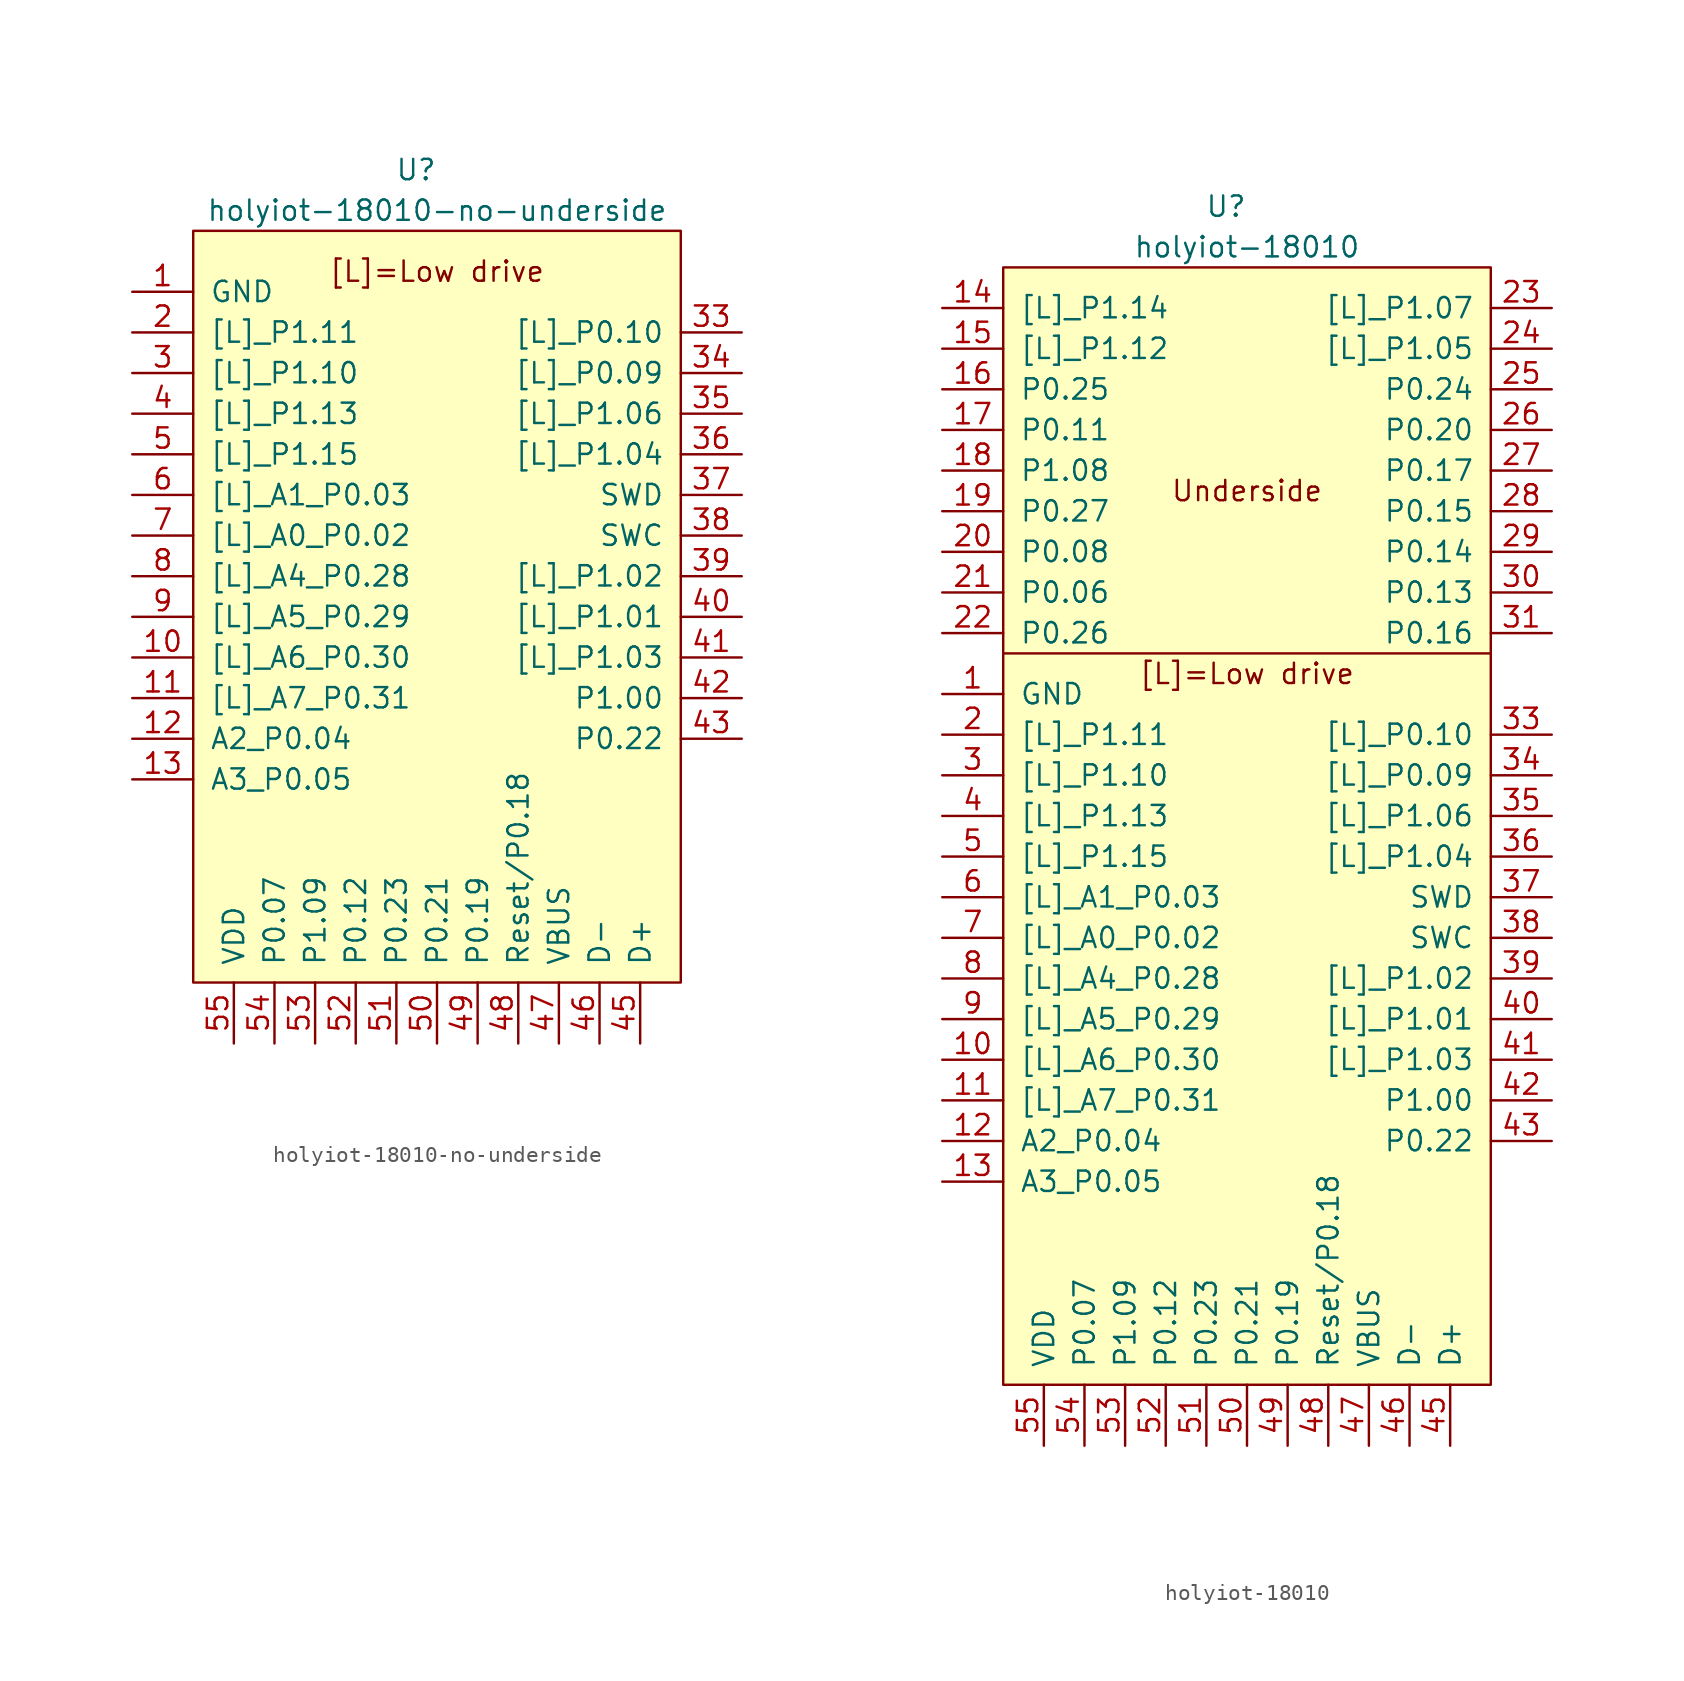
<source format=kicad_sym>
(kicad_symbol_lib
  (version 20211014)
  (generator kicad_symbol_editor)
  (symbol "holyiot-18010-no-underside"
    (pin_names
      (offset 1.016))
    (property "Reference" "U"
      (at 0 20.32 0)
      (effects (font (size 1.27 1.27)) (justify right)))
    (property "Value" "holyiot-18010-no-underside"
      (at 0 17.78 0)
      (effects (font (size 1.27 1.27))))
    (symbol "holyiot-18010-no-underside_0_0"
      (text "[L]=Low drive" (at 0 13.97 0) (effects (font (size 1.27 1.27)))))
    (symbol "holyiot-18010-no-underside_0_1"
      (rectangle (start -15.24 -30.48) (end 15.24 16.51) (stroke (width 0) (type default) (color 0 0 0 0)) (fill (type background))))
    (symbol "holyiot-18010-no-underside_1_1"
      (pin power_in line (at -19.05 12.7 0) (length 3.81) (name "GND" (effects (font (size 1.27 1.27)))) (number "1" (effects (font (size 1.27 1.27)))))
      (pin bidirectional line (at -19.05 -10.16 0) (length 3.81) (name "[L]_A6_P0.30" (effects (font (size 1.27 1.27)))) (number "10" (effects (font (size 1.27 1.27)))))
      (pin bidirectional line (at -19.05 -12.7 0) (length 3.81) (name "[L]_A7_P0.31" (effects (font (size 1.27 1.27)))) (number "11" (effects (font (size 1.27 1.27)))))
      (pin bidirectional line (at -19.05 -15.24 0) (length 3.81) (name "A2_P0.04" (effects (font (size 1.27 1.27)))) (number "12" (effects (font (size 1.27 1.27)))))
      (pin bidirectional line (at -19.05 -17.78 0) (length 3.81) (name "A3_P0.05" (effects (font (size 1.27 1.27)))) (number "13" (effects (font (size 1.27 1.27)))))
      (pin bidirectional line (at -19.05 10.16 0) (length 3.81) (name "[L]_P1.11" (effects (font (size 1.27 1.27)))) (number "2" (effects (font (size 1.27 1.27)))))
      (pin bidirectional line (at -19.05 7.62 0) (length 3.81) (name "[L]_P1.10" (effects (font (size 1.27 1.27)))) (number "3" (effects (font (size 1.27 1.27)))))
      (pin passive line (at -19.05 12.7 0) (length 3.81) hide (name "GND" (effects (font (size 1.27 1.27)))) (number "32" (effects (font (size 1.27 1.27)))))
      (pin bidirectional line (at 19.05 10.16 180) (length 3.81) (name "[L]_P0.10" (effects (font (size 1.27 1.27)))) (number "33" (effects (font (size 1.27 1.27)))))
      (pin bidirectional line (at 19.05 7.62 180) (length 3.81) (name "[L]_P0.09" (effects (font (size 1.27 1.27)))) (number "34" (effects (font (size 1.27 1.27)))))
      (pin bidirectional line (at 19.05 5.08 180) (length 3.81) (name "[L]_P1.06" (effects (font (size 1.27 1.27)))) (number "35" (effects (font (size 1.27 1.27)))))
      (pin bidirectional line (at 19.05 2.54 180) (length 3.81) (name "[L]_P1.04" (effects (font (size 1.27 1.27)))) (number "36" (effects (font (size 1.27 1.27)))))
      (pin input line (at 19.05 0 180) (length 3.81) (name "SWD" (effects (font (size 1.27 1.27)))) (number "37" (effects (font (size 1.27 1.27)))))
      (pin bidirectional line (at 19.05 -2.54 180) (length 3.81) (name "SWC" (effects (font (size 1.27 1.27)))) (number "38" (effects (font (size 1.27 1.27)))))
      (pin bidirectional line (at 19.05 -5.08 180) (length 3.81) (name "[L]_P1.02" (effects (font (size 1.27 1.27)))) (number "39" (effects (font (size 1.27 1.27)))))
      (pin bidirectional line (at -19.05 5.08 0) (length 3.81) (name "[L]_P1.13" (effects (font (size 1.27 1.27)))) (number "4" (effects (font (size 1.27 1.27)))))
      (pin bidirectional line (at 19.05 -7.62 180) (length 3.81) (name "[L]_P1.01" (effects (font (size 1.27 1.27)))) (number "40" (effects (font (size 1.27 1.27)))))
      (pin bidirectional line (at 19.05 -10.16 180) (length 3.81) (name "[L]_P1.03" (effects (font (size 1.27 1.27)))) (number "41" (effects (font (size 1.27 1.27)))))
      (pin bidirectional line (at 19.05 -12.7 180) (length 3.81) (name "P1.00" (effects (font (size 1.27 1.27)))) (number "42" (effects (font (size 1.27 1.27)))))
      (pin bidirectional line (at 19.05 -15.24 180) (length 3.81) (name "P0.22" (effects (font (size 1.27 1.27)))) (number "43" (effects (font (size 1.27 1.27)))))
      (pin passive line (at -19.05 12.7 0) (length 3.81) hide (name "GND" (effects (font (size 1.27 1.27)))) (number "44" (effects (font (size 1.27 1.27)))))
      (pin bidirectional line (at 12.7 -34.29 90) (length 3.81) (name "D+" (effects (font (size 1.27 1.27)))) (number "45" (effects (font (size 1.27 1.27)))))
      (pin bidirectional line (at 10.16 -34.29 90) (length 3.81) (name "D-" (effects (font (size 1.27 1.27)))) (number "46" (effects (font (size 1.27 1.27)))))
      (pin power_in line (at 7.62 -34.29 90) (length 3.81) (name "VBUS" (effects (font (size 1.27 1.27)))) (number "47" (effects (font (size 1.27 1.27)))))
      (pin bidirectional line (at 5.08 -34.29 90) (length 3.81) (name "Reset/P0.18" (effects (font (size 1.27 1.27)))) (number "48" (effects (font (size 1.27 1.27)))))
      (pin bidirectional line (at 2.54 -34.29 90) (length 3.81) (name "P0.19" (effects (font (size 1.27 1.27)))) (number "49" (effects (font (size 1.27 1.27)))))
      (pin bidirectional line (at -19.05 2.54 0) (length 3.81) (name "[L]_P1.15" (effects (font (size 1.27 1.27)))) (number "5" (effects (font (size 1.27 1.27)))))
      (pin bidirectional line (at 0 -34.29 90) (length 3.81) (name "P0.21" (effects (font (size 1.27 1.27)))) (number "50" (effects (font (size 1.27 1.27)))))
      (pin bidirectional line (at -2.54 -34.29 90) (length 3.81) (name "P0.23" (effects (font (size 1.27 1.27)))) (number "51" (effects (font (size 1.27 1.27)))))
      (pin bidirectional line (at -5.08 -34.29 90) (length 3.81) (name "P0.12" (effects (font (size 1.27 1.27)))) (number "52" (effects (font (size 1.27 1.27)))))
      (pin bidirectional line (at -7.62 -34.29 90) (length 3.81) (name "P1.09" (effects (font (size 1.27 1.27)))) (number "53" (effects (font (size 1.27 1.27)))))
      (pin bidirectional line (at -10.16 -34.29 90) (length 3.81) (name "P0.07" (effects (font (size 1.27 1.27)))) (number "54" (effects (font (size 1.27 1.27)))))
      (pin power_in line (at -12.7 -34.29 90) (length 3.81) (name "VDD" (effects (font (size 1.27 1.27)))) (number "55" (effects (font (size 1.27 1.27)))))
      (pin bidirectional line (at -19.05 0 0) (length 3.81) (name "[L]_A1_P0.03" (effects (font (size 1.27 1.27)))) (number "6" (effects (font (size 1.27 1.27)))))
      (pin bidirectional line (at -19.05 -2.54 0) (length 3.81) (name "[L]_A0_P0.02" (effects (font (size 1.27 1.27)))) (number "7" (effects (font (size 1.27 1.27)))))
      (pin bidirectional line (at -19.05 -5.08 0) (length 3.81) (name "[L]_A4_P0.28" (effects (font (size 1.27 1.27)))) (number "8" (effects (font (size 1.27 1.27)))))
      (pin bidirectional line (at -19.05 -7.62 0) (length 3.81) (name "[L]_A5_P0.29" (effects (font (size 1.27 1.27)))) (number "9" (effects (font (size 1.27 1.27)))))))
  (symbol "holyiot-18010"
    (pin_names
      (offset 1.016))
    (property "Reference" "U"
      (at 0 43.18 0)
      (effects (font (size 1.27 1.27)) (justify right)))
    (property "Value" "holyiot-18010"
      (at 0 40.64 0)
      (effects (font (size 1.27 1.27))))
    (symbol "holyiot-18010_0_0"
      (text "[L]=Low drive" (at 0 13.97 0) (effects (font (size 1.27 1.27))))
      (text "Underside" (at 0 25.4 0) (effects (font (size 1.27 1.27)))))
    (symbol "holyiot-18010_0_1"
      (polyline (pts (xy -15.24 15.24) (xy 15.24 15.24)) (stroke (width 0) (type default) (color 0 0 0 0)) (fill (type none)))
      (rectangle (start 15.24 -30.48) (end -15.24 39.37) (stroke (width 0) (type default) (color 0 0 0 0)) (fill (type background))))
    (symbol "holyiot-18010_1_1"
      (pin power_in line (at -19.05 12.7 0) (length 3.81) (name "GND" (effects (font (size 1.27 1.27)))) (number "1" (effects (font (size 1.27 1.27)))))
      (pin bidirectional line (at -19.05 -10.16 0) (length 3.81) (name "[L]_A6_P0.30" (effects (font (size 1.27 1.27)))) (number "10" (effects (font (size 1.27 1.27)))))
      (pin bidirectional line (at -19.05 -12.7 0) (length 3.81) (name "[L]_A7_P0.31" (effects (font (size 1.27 1.27)))) (number "11" (effects (font (size 1.27 1.27)))))
      (pin bidirectional line (at -19.05 -15.24 0) (length 3.81) (name "A2_P0.04" (effects (font (size 1.27 1.27)))) (number "12" (effects (font (size 1.27 1.27)))))
      (pin bidirectional line (at -19.05 -17.78 0) (length 3.81) (name "A3_P0.05" (effects (font (size 1.27 1.27)))) (number "13" (effects (font (size 1.27 1.27)))))
      (pin bidirectional line (at -19.05 36.83 0) (length 3.81) (name "[L]_P1.14" (effects (font (size 1.27 1.27)))) (number "14" (effects (font (size 1.27 1.27)))))
      (pin bidirectional line (at -19.05 34.29 0) (length 3.81) (name "[L]_P1.12" (effects (font (size 1.27 1.27)))) (number "15" (effects (font (size 1.27 1.27)))))
      (pin bidirectional line (at -19.05 31.75 0) (length 3.81) (name "P0.25" (effects (font (size 1.27 1.27)))) (number "16" (effects (font (size 1.27 1.27)))))
      (pin bidirectional line (at -19.05 29.21 0) (length 3.81) (name "P0.11" (effects (font (size 1.27 1.27)))) (number "17" (effects (font (size 1.27 1.27)))))
      (pin bidirectional line (at -19.05 26.67 0) (length 3.81) (name "P1.08" (effects (font (size 1.27 1.27)))) (number "18" (effects (font (size 1.27 1.27)))))
      (pin bidirectional line (at -19.05 24.13 0) (length 3.81) (name "P0.27" (effects (font (size 1.27 1.27)))) (number "19" (effects (font (size 1.27 1.27)))))
      (pin bidirectional line (at -19.05 10.16 0) (length 3.81) (name "[L]_P1.11" (effects (font (size 1.27 1.27)))) (number "2" (effects (font (size 1.27 1.27)))))
      (pin bidirectional line (at -19.05 21.59 0) (length 3.81) (name "P0.08" (effects (font (size 1.27 1.27)))) (number "20" (effects (font (size 1.27 1.27)))))
      (pin bidirectional line (at -19.05 19.05 0) (length 3.81) (name "P0.06" (effects (font (size 1.27 1.27)))) (number "21" (effects (font (size 1.27 1.27)))))
      (pin bidirectional line (at -19.05 16.51 0) (length 3.81) (name "P0.26" (effects (font (size 1.27 1.27)))) (number "22" (effects (font (size 1.27 1.27)))))
      (pin bidirectional line (at 19.05 36.83 180) (length 3.81) (name "[L]_P1.07" (effects (font (size 1.27 1.27)))) (number "23" (effects (font (size 1.27 1.27)))))
      (pin bidirectional line (at 19.05 34.29 180) (length 3.81) (name "[L]_P1.05" (effects (font (size 1.27 1.27)))) (number "24" (effects (font (size 1.27 1.27)))))
      (pin bidirectional line (at 19.05 31.75 180) (length 3.81) (name "P0.24" (effects (font (size 1.27 1.27)))) (number "25" (effects (font (size 1.27 1.27)))))
      (pin bidirectional line (at 19.05 29.21 180) (length 3.81) (name "P0.20" (effects (font (size 1.27 1.27)))) (number "26" (effects (font (size 1.27 1.27)))))
      (pin bidirectional line (at 19.05 26.67 180) (length 3.81) (name "P0.17" (effects (font (size 1.27 1.27)))) (number "27" (effects (font (size 1.27 1.27)))))
      (pin bidirectional line (at 19.05 24.13 180) (length 3.81) (name "P0.15" (effects (font (size 1.27 1.27)))) (number "28" (effects (font (size 1.27 1.27)))))
      (pin bidirectional line (at 19.05 21.59 180) (length 3.81) (name "P0.14" (effects (font (size 1.27 1.27)))) (number "29" (effects (font (size 1.27 1.27)))))
      (pin bidirectional line (at -19.05 7.62 0) (length 3.81) (name "[L]_P1.10" (effects (font (size 1.27 1.27)))) (number "3" (effects (font (size 1.27 1.27)))))
      (pin bidirectional line (at 19.05 19.05 180) (length 3.81) (name "P0.13" (effects (font (size 1.27 1.27)))) (number "30" (effects (font (size 1.27 1.27)))))
      (pin bidirectional line (at 19.05 16.51 180) (length 3.81) (name "P0.16" (effects (font (size 1.27 1.27)))) (number "31" (effects (font (size 1.27 1.27)))))
      (pin power_in line (at -19.05 12.7 0) (length 3.81) hide (name "GND" (effects (font (size 1.27 1.27)))) (number "32" (effects (font (size 1.27 1.27)))))
      (pin bidirectional line (at 19.05 10.16 180) (length 3.81) (name "[L]_P0.10" (effects (font (size 1.27 1.27)))) (number "33" (effects (font (size 1.27 1.27)))))
      (pin bidirectional line (at 19.05 7.62 180) (length 3.81) (name "[L]_P0.09" (effects (font (size 1.27 1.27)))) (number "34" (effects (font (size 1.27 1.27)))))
      (pin bidirectional line (at 19.05 5.08 180) (length 3.81) (name "[L]_P1.06" (effects (font (size 1.27 1.27)))) (number "35" (effects (font (size 1.27 1.27)))))
      (pin bidirectional line (at 19.05 2.54 180) (length 3.81) (name "[L]_P1.04" (effects (font (size 1.27 1.27)))) (number "36" (effects (font (size 1.27 1.27)))))
      (pin input line (at 19.05 0 180) (length 3.81) (name "SWD" (effects (font (size 1.27 1.27)))) (number "37" (effects (font (size 1.27 1.27)))))
      (pin bidirectional line (at 19.05 -2.54 180) (length 3.81) (name "SWC" (effects (font (size 1.27 1.27)))) (number "38" (effects (font (size 1.27 1.27)))))
      (pin bidirectional line (at 19.05 -5.08 180) (length 3.81) (name "[L]_P1.02" (effects (font (size 1.27 1.27)))) (number "39" (effects (font (size 1.27 1.27)))))
      (pin bidirectional line (at -19.05 5.08 0) (length 3.81) (name "[L]_P1.13" (effects (font (size 1.27 1.27)))) (number "4" (effects (font (size 1.27 1.27)))))
      (pin bidirectional line (at 19.05 -7.62 180) (length 3.81) (name "[L]_P1.01" (effects (font (size 1.27 1.27)))) (number "40" (effects (font (size 1.27 1.27)))))
      (pin bidirectional line (at 19.05 -10.16 180) (length 3.81) (name "[L]_P1.03" (effects (font (size 1.27 1.27)))) (number "41" (effects (font (size 1.27 1.27)))))
      (pin bidirectional line (at 19.05 -12.7 180) (length 3.81) (name "P1.00" (effects (font (size 1.27 1.27)))) (number "42" (effects (font (size 1.27 1.27)))))
      (pin bidirectional line (at 19.05 -15.24 180) (length 3.81) (name "P0.22" (effects (font (size 1.27 1.27)))) (number "43" (effects (font (size 1.27 1.27)))))
      (pin power_in line (at -19.05 12.7 0) (length 3.81) hide (name "GND" (effects (font (size 1.27 1.27)))) (number "44" (effects (font (size 1.27 1.27)))))
      (pin bidirectional line (at 12.7 -34.29 90) (length 3.81) (name "D+" (effects (font (size 1.27 1.27)))) (number "45" (effects (font (size 1.27 1.27)))))
      (pin bidirectional line (at 10.16 -34.29 90) (length 3.81) (name "D-" (effects (font (size 1.27 1.27)))) (number "46" (effects (font (size 1.27 1.27)))))
      (pin power_in line (at 7.62 -34.29 90) (length 3.81) (name "VBUS" (effects (font (size 1.27 1.27)))) (number "47" (effects (font (size 1.27 1.27)))))
      (pin bidirectional line (at 5.08 -34.29 90) (length 3.81) (name "Reset/P0.18" (effects (font (size 1.27 1.27)))) (number "48" (effects (font (size 1.27 1.27)))))
      (pin bidirectional line (at 2.54 -34.29 90) (length 3.81) (name "P0.19" (effects (font (size 1.27 1.27)))) (number "49" (effects (font (size 1.27 1.27)))))
      (pin bidirectional line (at -19.05 2.54 0) (length 3.81) (name "[L]_P1.15" (effects (font (size 1.27 1.27)))) (number "5" (effects (font (size 1.27 1.27)))))
      (pin bidirectional line (at 0 -34.29 90) (length 3.81) (name "P0.21" (effects (font (size 1.27 1.27)))) (number "50" (effects (font (size 1.27 1.27)))))
      (pin bidirectional line (at -2.54 -34.29 90) (length 3.81) (name "P0.23" (effects (font (size 1.27 1.27)))) (number "51" (effects (font (size 1.27 1.27)))))
      (pin bidirectional line (at -5.08 -34.29 90) (length 3.81) (name "P0.12" (effects (font (size 1.27 1.27)))) (number "52" (effects (font (size 1.27 1.27)))))
      (pin bidirectional line (at -7.62 -34.29 90) (length 3.81) (name "P1.09" (effects (font (size 1.27 1.27)))) (number "53" (effects (font (size 1.27 1.27)))))
      (pin bidirectional line (at -10.16 -34.29 90) (length 3.81) (name "P0.07" (effects (font (size 1.27 1.27)))) (number "54" (effects (font (size 1.27 1.27)))))
      (pin power_in line (at -12.7 -34.29 90) (length 3.81) (name "VDD" (effects (font (size 1.27 1.27)))) (number "55" (effects (font (size 1.27 1.27)))))
      (pin bidirectional line (at -19.05 0 0) (length 3.81) (name "[L]_A1_P0.03" (effects (font (size 1.27 1.27)))) (number "6" (effects (font (size 1.27 1.27)))))
      (pin bidirectional line (at -19.05 -2.54 0) (length 3.81) (name "[L]_A0_P0.02" (effects (font (size 1.27 1.27)))) (number "7" (effects (font (size 1.27 1.27)))))
      (pin bidirectional line (at -19.05 -5.08 0) (length 3.81) (name "[L]_A4_P0.28" (effects (font (size 1.27 1.27)))) (number "8" (effects (font (size 1.27 1.27)))))
      (pin bidirectional line (at -19.05 -7.62 0) (length 3.81) (name "[L]_A5_P0.29" (effects (font (size 1.27 1.27)))) (number "9" (effects (font (size 1.27 1.27))))))))
</source>
